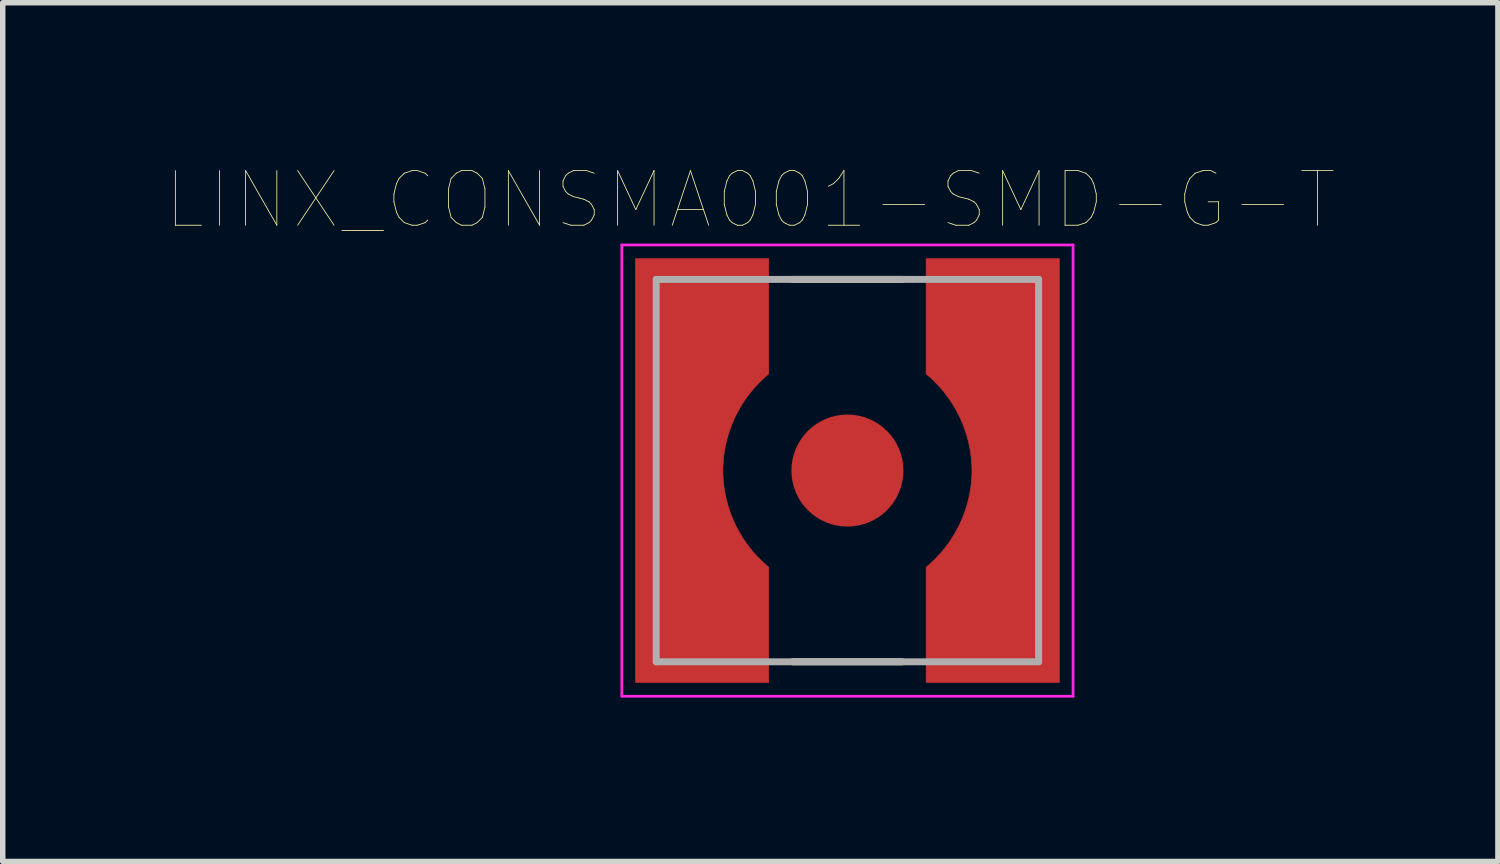
<source format=kicad_pcb>
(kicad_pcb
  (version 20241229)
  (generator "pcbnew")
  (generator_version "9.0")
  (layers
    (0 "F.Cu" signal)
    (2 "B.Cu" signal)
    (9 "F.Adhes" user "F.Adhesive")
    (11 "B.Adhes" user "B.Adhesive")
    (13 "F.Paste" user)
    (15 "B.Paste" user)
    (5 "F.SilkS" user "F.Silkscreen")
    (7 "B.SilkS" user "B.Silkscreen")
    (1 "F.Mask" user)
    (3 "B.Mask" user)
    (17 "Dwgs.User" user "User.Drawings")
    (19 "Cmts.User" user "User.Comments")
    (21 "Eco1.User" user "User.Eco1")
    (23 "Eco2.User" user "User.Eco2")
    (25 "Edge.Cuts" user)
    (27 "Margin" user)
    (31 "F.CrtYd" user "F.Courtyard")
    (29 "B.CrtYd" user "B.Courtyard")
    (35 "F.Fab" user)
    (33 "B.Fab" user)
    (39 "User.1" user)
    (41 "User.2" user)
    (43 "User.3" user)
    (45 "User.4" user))
  (footprint "LINX_CONSMA001-SMD-G-T"
    (layer "F.Cu")
    (at 12.462 5.564)
    (property "Reference" "LINX_CONSMA001-SMD-G-T" (at -1.778 -4.953 0) (layer "F.SilkS") (effects (font (size 1 1) (thickness 0.015))))
    (attr through_hole)
    (fp_poly (pts (xy -1.44 -3.88) (xy -3.88 -3.88) (xy -3.88 3.88) (xy -1.44 3.88) (xy -1.44 1.77) (xy -1.503 1.716) (xy -1.553 1.67) (xy -1.601 1.623) (xy -1.648 1.575) (xy -1.694 1.525) (xy -1.738 1.474) (xy -1.78 1.422) (xy -1.821 1.368) (xy -1.861 1.314) (xy -1.899 1.258) (xy -1.935 1.201) (xy -1.97 1.143) (xy -2.002 1.084) (xy -2.034 1.025) (xy -2.063 0.964) (xy -2.09 0.902) (xy -2.116 0.84) (xy -2.14 0.777) (xy -2.162 0.713) (xy -2.183 0.649) (xy -2.201 0.584) (xy -2.218 0.519) (xy -2.232 0.453) (xy -2.245 0.387) (xy -2.256 0.32) (xy -2.264 0.253) (xy -2.271 0.186) (xy -2.276 0.119) (xy -2.279 0.052) (xy -2.28 0) (xy -2.279 -0.052) (xy -2.276 -0.119) (xy -2.271 -0.186) (xy -2.264 -0.253) (xy -2.256 -0.32) (xy -2.245 -0.387) (xy -2.232 -0.453) (xy -2.218 -0.519) (xy -2.201 -0.584) (xy -2.183 -0.649) (xy -2.162 -0.713) (xy -2.14 -0.777) (xy -2.116 -0.84) (xy -2.09 -0.902) (xy -2.063 -0.964) (xy -2.034 -1.025) (xy -2.002 -1.084) (xy -1.97 -1.143) (xy -1.935 -1.201) (xy -1.899 -1.258) (xy -1.861 -1.314) (xy -1.821 -1.368) (xy -1.78 -1.422) (xy -1.738 -1.474) (xy -1.694 -1.525) (xy -1.648 -1.575) (xy -1.601 -1.623) (xy -1.553 -1.67) (xy -1.503 -1.716) (xy -1.44 -1.77) (xy -1.44 -3.88)) (stroke (width 0.01) (type solid)) (fill yes) (layer "F.Cu"))
    (fp_poly (pts (xy 1.44 -3.88) (xy 3.88 -3.88) (xy 3.88 3.88) (xy 1.44 3.88) (xy 1.44 1.77) (xy 1.503 1.716) (xy 1.553 1.67) (xy 1.601 1.623) (xy 1.648 1.575) (xy 1.694 1.525) (xy 1.738 1.474) (xy 1.78 1.422) (xy 1.821 1.368) (xy 1.861 1.314) (xy 1.899 1.258) (xy 1.935 1.201) (xy 1.97 1.143) (xy 2.002 1.084) (xy 2.034 1.025) (xy 2.063 0.964) (xy 2.09 0.902) (xy 2.116 0.84) (xy 2.14 0.777) (xy 2.162 0.713) (xy 2.183 0.649) (xy 2.201 0.584) (xy 2.218 0.519) (xy 2.232 0.453) (xy 2.245 0.387) (xy 2.256 0.32) (xy 2.264 0.253) (xy 2.271 0.186) (xy 2.276 0.119) (xy 2.279 0.052) (xy 2.28 0) (xy 2.279 -0.052) (xy 2.276 -0.119) (xy 2.271 -0.186) (xy 2.264 -0.253) (xy 2.256 -0.32) (xy 2.245 -0.387) (xy 2.232 -0.453) (xy 2.218 -0.519) (xy 2.201 -0.584) (xy 2.183 -0.649) (xy 2.162 -0.713) (xy 2.14 -0.777) (xy 2.116 -0.84) (xy 2.09 -0.902) (xy 2.063 -0.964) (xy 2.034 -1.025) (xy 2.002 -1.084) (xy 1.97 -1.143) (xy 1.935 -1.201) (xy 1.899 -1.258) (xy 1.861 -1.314) (xy 1.821 -1.368) (xy 1.78 -1.422) (xy 1.738 -1.474) (xy 1.694 -1.525) (xy 1.648 -1.575) (xy 1.601 -1.623) (xy 1.553 -1.67) (xy 1.503 -1.716) (xy 1.44 -1.77) (xy 1.44 -2.35) (xy 1.44 -3.88)) (stroke (width 0.01) (type solid)) (fill yes) (layer "F.Cu"))
    (fp_poly (pts (xy -1.34 -3.98) (xy -3.98 -3.98) (xy -3.98 3.98) (xy -1.34 3.98) (xy -1.34 1.72) (xy -1.381 1.687) (xy -1.43 1.645) (xy -1.478 1.602) (xy -1.524 1.557) (xy -1.569 1.511) (xy -1.613 1.464) (xy -1.655 1.416) (xy -1.696 1.366) (xy -1.736 1.315) (xy -1.774 1.263) (xy -1.81 1.21) (xy -1.845 1.156) (xy -1.878 1.101) (xy -1.91 1.045) (xy -1.94 0.988) (xy -1.968 0.931) (xy -1.995 0.872) (xy -2.02 0.813) (xy -2.043 0.753) (xy -2.065 0.692) (xy -2.084 0.631) (xy -2.102 0.569) (xy -2.118 0.507) (xy -2.133 0.444) (xy -2.145 0.381) (xy -2.156 0.318) (xy -2.164 0.254) (xy -2.171 0.19) (xy -2.176 0.126) (xy -2.18 0.05) (xy -2.179 -0.028) (xy -2.176 -0.097) (xy -2.171 -0.166) (xy -2.164 -0.235) (xy -2.155 -0.303) (xy -2.144 -0.371) (xy -2.131 -0.439) (xy -2.116 -0.506) (xy -2.099 -0.573) (xy -2.08 -0.639) (xy -2.06 -0.705) (xy -2.037 -0.77) (xy -2.012 -0.835) (xy -1.986 -0.899) (xy -1.958 -0.962) (xy -1.928 -1.024) (xy -1.896 -1.085) (xy -1.862 -1.145) (xy -1.827 -1.204) (xy -1.79 -1.262) (xy -1.751 -1.32) (xy -1.711 -1.375) (xy -1.669 -1.43) (xy -1.625 -1.484) (xy -1.58 -1.536) (xy -1.533 -1.587) (xy -1.485 -1.636) (xy -1.436 -1.684) (xy -1.385 -1.731) (xy -1.34 -1.77) (xy -1.34 -3.98)) (stroke (width 0.01) (type solid)) (fill yes) (layer "F.Mask"))
    (fp_poly (pts (xy 1.34 -3.98) (xy 3.98 -3.98) (xy 3.98 3.98) (xy 1.34 3.98) (xy 1.34 1.72) (xy 1.391 1.677) (xy 1.441 1.633) (xy 1.489 1.588) (xy 1.536 1.542) (xy 1.581 1.494) (xy 1.625 1.445) (xy 1.667 1.395) (xy 1.708 1.343) (xy 1.748 1.29) (xy 1.786 1.237) (xy 1.822 1.182) (xy 1.857 1.126) (xy 1.89 1.069) (xy 1.921 1.011) (xy 1.951 0.952) (xy 1.979 0.892) (xy 2.005 0.832) (xy 2.03 0.771) (xy 2.053 0.709) (xy 2.074 0.647) (xy 2.093 0.584) (xy 2.11 0.52) (xy 2.125 0.456) (xy 2.139 0.391) (xy 2.15 0.327) (xy 2.16 0.261) (xy 2.168 0.196) (xy 2.174 0.13) (xy 2.178 0.065) (xy 2.18 0) (xy 2.179 -0.052) (xy 2.176 -0.119) (xy 2.171 -0.186) (xy 2.164 -0.253) (xy 2.156 -0.32) (xy 2.145 -0.387) (xy 2.132 -0.453) (xy 2.118 -0.519) (xy 2.101 -0.584) (xy 2.083 -0.649) (xy 2.062 -0.713) (xy 2.04 -0.777) (xy 2.016 -0.84) (xy 1.99 -0.902) (xy 1.963 -0.964) (xy 1.933 -1.025) (xy 1.902 -1.084) (xy 1.87 -1.143) (xy 1.835 -1.201) (xy 1.799 -1.258) (xy 1.761 -1.314) (xy 1.721 -1.368) (xy 1.68 -1.422) (xy 1.638 -1.474) (xy 1.594 -1.525) (xy 1.548 -1.575) (xy 1.501 -1.623) (xy 1.453 -1.67) (xy 1.403 -1.716) (xy 1.34 -1.77) (xy 1.34 -3.98)) (stroke (width 0.01) (type solid)) (fill yes) (layer "F.Mask"))
    (fp_line (start -1 -3.5) (end 1 -3.5) (stroke (width 0.127) (type solid)) (layer "F.SilkS"))
    (fp_line (start -1 3.5) (end 1 3.5) (stroke (width 0.127) (type solid)) (layer "F.SilkS"))
    (fp_poly (pts (xy -1.44 -3.88) (xy -3.88 -3.88) (xy -3.88 3.88) (xy -1.44 3.88) (xy -1.44 1.77) (xy -1.503 1.716) (xy -1.553 1.67) (xy -1.601 1.623) (xy -1.648 1.575) (xy -1.694 1.525) (xy -1.738 1.474) (xy -1.78 1.422) (xy -1.821 1.368) (xy -1.861 1.314) (xy -1.899 1.258) (xy -1.935 1.201) (xy -1.97 1.143) (xy -2.002 1.084) (xy -2.034 1.025) (xy -2.063 0.964) (xy -2.09 0.902) (xy -2.116 0.84) (xy -2.14 0.777) (xy -2.162 0.713) (xy -2.183 0.649) (xy -2.201 0.584) (xy -2.218 0.519) (xy -2.232 0.453) (xy -2.245 0.387) (xy -2.256 0.32) (xy -2.264 0.253) (xy -2.271 0.186) (xy -2.276 0.119) (xy -2.279 0.052) (xy -2.28 0) (xy -2.279 -0.052) (xy -2.276 -0.119) (xy -2.271 -0.186) (xy -2.264 -0.253) (xy -2.256 -0.32) (xy -2.245 -0.387) (xy -2.232 -0.453) (xy -2.218 -0.519) (xy -2.201 -0.584) (xy -2.183 -0.649) (xy -2.162 -0.713) (xy -2.14 -0.777) (xy -2.116 -0.84) (xy -2.09 -0.902) (xy -2.063 -0.964) (xy -2.034 -1.025) (xy -2.002 -1.084) (xy -1.97 -1.143) (xy -1.935 -1.201) (xy -1.899 -1.258) (xy -1.861 -1.314) (xy -1.821 -1.368) (xy -1.78 -1.422) (xy -1.738 -1.474) (xy -1.694 -1.525) (xy -1.648 -1.575) (xy -1.601 -1.623) (xy -1.553 -1.67) (xy -1.503 -1.716) (xy -1.44 -1.77) (xy -1.44 -3.88)) (stroke (width 0.01) (type solid)) (fill yes) (layer "F.Paste"))
    (fp_poly (pts (xy 1.44 -3.88) (xy 3.88 -3.88) (xy 3.88 3.88) (xy 1.44 3.88) (xy 1.44 1.77) (xy 1.503 1.716) (xy 1.553 1.67) (xy 1.601 1.623) (xy 1.648 1.575) (xy 1.694 1.525) (xy 1.738 1.474) (xy 1.78 1.422) (xy 1.821 1.368) (xy 1.861 1.314) (xy 1.899 1.258) (xy 1.935 1.201) (xy 1.97 1.143) (xy 2.002 1.084) (xy 2.034 1.025) (xy 2.063 0.964) (xy 2.09 0.902) (xy 2.116 0.84) (xy 2.14 0.777) (xy 2.162 0.713) (xy 2.183 0.649) (xy 2.201 0.584) (xy 2.218 0.519) (xy 2.232 0.453) (xy 2.245 0.387) (xy 2.256 0.32) (xy 2.264 0.253) (xy 2.271 0.186) (xy 2.276 0.119) (xy 2.279 0.052) (xy 2.28 0) (xy 2.279 -0.052) (xy 2.276 -0.119) (xy 2.271 -0.186) (xy 2.264 -0.253) (xy 2.256 -0.32) (xy 2.245 -0.387) (xy 2.232 -0.453) (xy 2.218 -0.519) (xy 2.201 -0.584) (xy 2.183 -0.649) (xy 2.162 -0.713) (xy 2.14 -0.777) (xy 2.116 -0.84) (xy 2.09 -0.902) (xy 2.063 -0.964) (xy 2.034 -1.025) (xy 2.002 -1.084) (xy 1.97 -1.143) (xy 1.935 -1.201) (xy 1.899 -1.258) (xy 1.861 -1.314) (xy 1.821 -1.368) (xy 1.78 -1.422) (xy 1.738 -1.474) (xy 1.694 -1.525) (xy 1.648 -1.575) (xy 1.601 -1.623) (xy 1.553 -1.67) (xy 1.503 -1.716) (xy 1.44 -1.77) (xy 1.44 -3.88)) (stroke (width 0.01) (type solid)) (fill yes) (layer "F.Paste"))
    (fp_line (start -4.13 -4.13) (end 4.13 -4.13) (stroke (width 0.05) (type solid)) (layer "F.CrtYd"))
    (fp_line (start -4.13 4.13) (end -4.13 -4.13) (stroke (width 0.05) (type solid)) (layer "F.CrtYd"))
    (fp_line (start 4.13 -4.13) (end 4.13 4.13) (stroke (width 0.05) (type solid)) (layer "F.CrtYd"))
    (fp_line (start 4.13 4.13) (end -4.13 4.13) (stroke (width 0.05) (type solid)) (layer "F.CrtYd"))
    (fp_line (start -3.5 -3.5) (end 3.5 -3.5) (stroke (width 0.127) (type solid)) (layer "F.Fab"))
    (fp_line (start -3.5 3.5) (end -3.5 -3.5) (stroke (width 0.127) (type solid)) (layer "F.Fab"))
    (fp_line (start 3.5 -3.5) (end 3.5 3.5) (stroke (width 0.127) (type solid)) (layer "F.Fab"))
    (fp_line (start 3.5 3.5) (end -3.5 3.5) (stroke (width 0.127) (type solid)) (layer "F.Fab"))
    (pad "1" smd circle (at 0 0) (size 2.05 2.05) (layers "F.Cu" "F.Mask" "F.Paste"))
    (pad "S1" smd rect (at -3.1 0) (size 1 1) (layers "F.Cu"))
    (pad "S2" smd rect (at 3.1 0) (size 1 1) (layers "F.Cu")))
  (gr_rect
    (start -3 -3)
    (end 24.369 12.719)
    (stroke (width 0.1) (type default))
    (fill no)
    (layer "Edge.Cuts")))
</source>
